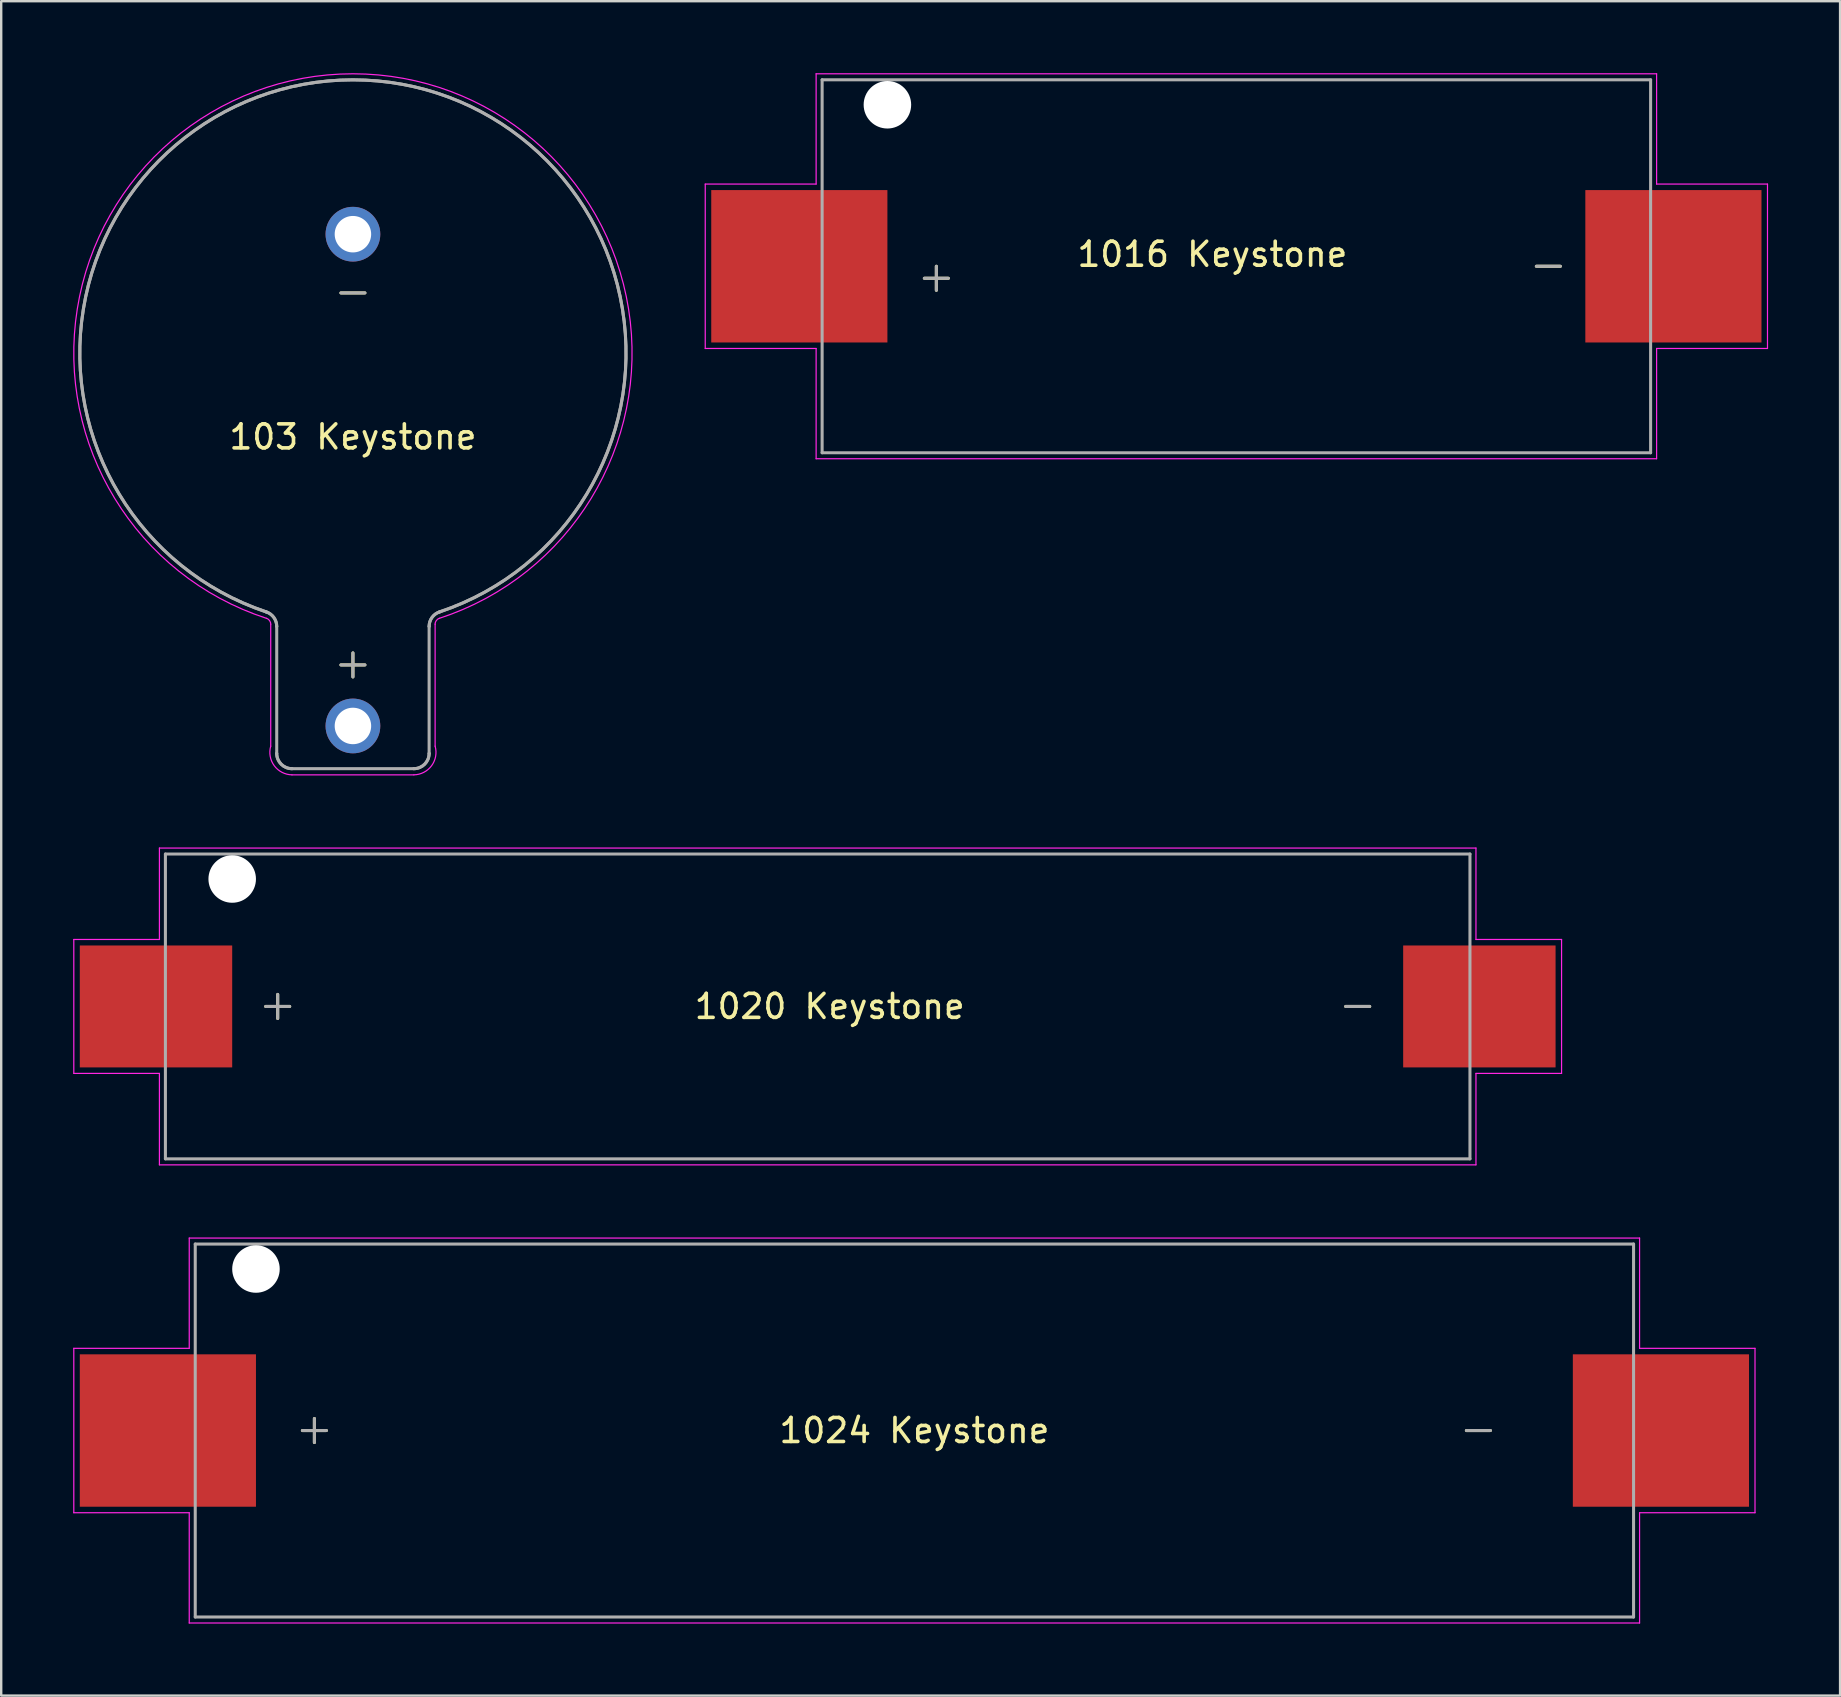
<source format=kicad_pcb>
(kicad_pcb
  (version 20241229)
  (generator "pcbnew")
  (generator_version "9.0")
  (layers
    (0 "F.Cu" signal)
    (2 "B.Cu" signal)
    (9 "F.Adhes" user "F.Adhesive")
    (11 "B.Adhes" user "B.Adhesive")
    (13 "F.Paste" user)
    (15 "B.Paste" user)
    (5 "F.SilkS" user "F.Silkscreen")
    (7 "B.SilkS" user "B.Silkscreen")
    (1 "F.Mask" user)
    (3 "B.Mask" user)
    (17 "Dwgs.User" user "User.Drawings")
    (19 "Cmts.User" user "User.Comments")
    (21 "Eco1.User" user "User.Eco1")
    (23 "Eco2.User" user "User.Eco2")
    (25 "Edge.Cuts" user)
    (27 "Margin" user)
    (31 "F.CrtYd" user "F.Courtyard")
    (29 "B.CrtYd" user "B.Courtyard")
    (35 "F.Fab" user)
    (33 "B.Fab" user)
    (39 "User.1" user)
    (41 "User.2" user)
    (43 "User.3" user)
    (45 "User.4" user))
  (footprint "1024 Keystone"
    (layer "F.Cu")
    (at 35.05 56.555)
    (property "Reference" "1024 Keystone" (at 0 0 0) (layer "F.SilkS") (effects (font (size 1 1) (thickness 0.15))))
    (attr smd)
    (fp_line (start -25.5 0) (end -24.5 0) (stroke (width 0.127) (type solid)) (layer "F.SilkS"))
    (fp_line (start -25 -0.5) (end -25 0.5) (stroke (width 0.127) (type solid)) (layer "F.SilkS"))
    (fp_line (start 23 0) (end 24 0) (stroke (width 0.127) (type solid)) (layer "F.SilkS"))
    (fp_line (start -35.025 -3.425) (end -35.025 3.425) (stroke (width 0.05) (type solid)) (layer "F.CrtYd"))
    (fp_line (start -35.025 -3.425) (end -30.215 -3.425) (stroke (width 0.05) (type solid)) (layer "F.CrtYd"))
    (fp_line (start -35.025 3.425) (end -30.215 3.425) (stroke (width 0.05) (type solid)) (layer "F.CrtYd"))
    (fp_line (start -30.215 -3.425) (end -30.215 -8.02) (stroke (width 0.05) (type solid)) (layer "F.CrtYd"))
    (fp_line (start -30.215 3.425) (end -30.215 8.02) (stroke (width 0.05) (type solid)) (layer "F.CrtYd"))
    (fp_line (start -30.215 8.02) (end 30.215 8.02) (stroke (width 0.05) (type solid)) (layer "F.CrtYd"))
    (fp_line (start 30.215 -8.02) (end -30.215 -8.02) (stroke (width 0.05) (type solid)) (layer "F.CrtYd"))
    (fp_line (start 30.215 -8.02) (end 30.215 -3.425) (stroke (width 0.05) (type solid)) (layer "F.CrtYd"))
    (fp_line (start 30.215 -3.425) (end 35.025 -3.425) (stroke (width 0.05) (type solid)) (layer "F.CrtYd"))
    (fp_line (start 30.215 3.425) (end 30.215 8.02) (stroke (width 0.05) (type solid)) (layer "F.CrtYd"))
    (fp_line (start 30.215 3.425) (end 35.025 3.425) (stroke (width 0.05) (type solid)) (layer "F.CrtYd"))
    (fp_line (start 35.025 3.425) (end 35.025 -3.425) (stroke (width 0.05) (type solid)) (layer "F.CrtYd"))
    (fp_line (start -29.965 -7.77) (end 29.965 -7.77) (stroke (width 0.127) (type solid)) (layer "F.Fab"))
    (fp_line (start -29.965 7.77) (end -29.965 -7.77) (stroke (width 0.127) (type solid)) (layer "F.Fab"))
    (fp_line (start -25.5 0) (end -24.5 0) (stroke (width 0.127) (type solid)) (layer "F.Fab"))
    (fp_line (start -25 -0.5) (end -25 0.5) (stroke (width 0.127) (type solid)) (layer "F.Fab"))
    (fp_line (start 23 0) (end 24 0) (stroke (width 0.127) (type solid)) (layer "F.Fab"))
    (fp_line (start 29.965 -7.77) (end 29.965 7.77) (stroke (width 0.127) (type solid)) (layer "F.Fab"))
    (fp_line (start 29.965 7.77) (end -29.965 7.77) (stroke (width 0.127) (type solid)) (layer "F.Fab"))
    (pad "" np_thru_hole circle (at -27.435 -6.73) (size 1.98 1.98) (drill 1.98) (layers "*.Cu" "*.Mask"))
    (pad "N" smd rect (at 31.105 0) (size 7.34 6.35) (layers "F.Cu" "F.Mask" "F.Paste"))
    (pad "P" smd rect (at -31.105 0) (size 7.34 6.35) (layers "F.Cu" "F.Mask" "F.Paste")))
  (footprint "103 Keystone"
    (layer "F.Cu")
    (at 11.655 11.655)
    (property "Reference" "103 Keystone" (at 0 3.5 0) (layer "F.SilkS") (effects (font (size 1 1) (thickness 0.15))))
    (attr through_hole)
    (fp_line (start -0.5 -2.5) (end 0.5 -2.5) (stroke (width 0.127) (type solid)) (layer "F.SilkS"))
    (fp_line (start 0 12.5) (end 0 13.5) (stroke (width 0.127) (type solid)) (layer "F.SilkS"))
    (fp_line (start 0.5 13) (end -0.5 13) (stroke (width 0.127) (type solid)) (layer "F.SilkS"))
    (fp_line (start -3.425 11.303) (end -3.425 16.385) (stroke (width 0.05) (type solid)) (layer "F.CrtYd"))
    (fp_line (start -2.54 17.58) (end 2.54 17.58) (stroke (width 0.05) (type solid)) (layer "F.CrtYd"))
    (fp_line (start 3.425 16.385) (end 3.425 11.303) (stroke (width 0.05) (type solid)) (layer "F.CrtYd"))
    (fp_arc (start -3.60307 11.0578) (mid -3.474212 11.151541) (end -3.424999 11.3031) (stroke (width 0.05) (type solid)) (layer "F.CrtYd"))
    (fp_arc (start -3.60307 11.0578) (mid 0 -11.630217) (end 3.60307 11.0578) (stroke (width 0.05) (type solid)) (layer "F.CrtYd"))
    (fp_arc (start -2.54 17.58) (mid -3.277154 17.200717) (end -3.425 16.385) (stroke (width 0.05) (type solid)) (layer "F.CrtYd"))
    (fp_arc (start 3.425 11.3031) (mid 3.474212 11.151541) (end 3.60307 11.0578) (stroke (width 0.05) (type solid)) (layer "F.CrtYd"))
    (fp_arc (start 3.425 16.385) (mid 3.277154 17.200717) (end 2.54 17.58) (stroke (width 0.05) (type solid)) (layer "F.CrtYd"))
    (fp_line (start -3.175 11.394) (end -3.175 16.688) (stroke (width 0.127) (type solid)) (layer "F.Fab"))
    (fp_line (start -2.54 17.323) (end 2.54 17.323) (stroke (width 0.127) (type solid)) (layer "F.Fab"))
    (fp_line (start -0.5 -2.5) (end 0.5 -2.5) (stroke (width 0.127) (type solid)) (layer "F.Fab"))
    (fp_line (start -0.5 13) (end 0.5 13) (stroke (width 0.127) (type solid)) (layer "F.Fab"))
    (fp_line (start 0 12.5) (end 0 13.5) (stroke (width 0.127) (type solid)) (layer "F.Fab"))
    (fp_line (start 3.175 16.688) (end 3.175 11.394) (stroke (width 0.127) (type solid)) (layer "F.Fab"))
    (fp_arc (start -3.60863 10.7919) (mid 0 -11.378113) (end 3.60863 10.7919) (stroke (width 0.127) (type solid)) (layer "F.Fab"))
    (fp_arc (start -3.60863 10.7919) (mid 0 -11.378113) (end 3.60863 10.7919) (stroke (width 0.127) (type solid)) (layer "F.Fab"))
    (fp_arc (start -3.60863 10.791901) (mid -3.294693 11.023065) (end -3.175 11.3941) (stroke (width 0.127) (type solid)) (layer "F.Fab"))
    (fp_arc (start -3.60863 10.791901) (mid -3.294693 11.023065) (end -3.175 11.3941) (stroke (width 0.127) (type solid)) (layer "F.Fab"))
    (fp_arc (start -2.54 17.3228) (mid -2.989013 17.136813) (end -3.175 16.6878) (stroke (width 0.127) (type solid)) (layer "F.Fab"))
    (fp_arc (start -2.54 17.3228) (mid -2.989013 17.136813) (end -3.175 16.6878) (stroke (width 0.127) (type solid)) (layer "F.Fab"))
    (fp_arc (start 3.174999 11.3941) (mid 3.294692 11.023064) (end 3.60863 10.7919) (stroke (width 0.127) (type solid)) (layer "F.Fab"))
    (fp_arc (start 3.174999 11.3941) (mid 3.294692 11.023064) (end 3.60863 10.7919) (stroke (width 0.127) (type solid)) (layer "F.Fab"))
    (fp_arc (start 3.175 16.6878) (mid 2.989013 17.136813) (end 2.54 17.3228) (stroke (width 0.127) (type solid)) (layer "F.Fab"))
    (fp_arc (start 3.175 16.6878) (mid 2.989013 17.136813) (end 2.54 17.3228) (stroke (width 0.127) (type solid)) (layer "F.Fab"))
    (pad "N" thru_hole circle (at 0 -4.947) (size 2.28 2.28) (drill 1.52) (layers "*.Cu" "*.Mask"))
    (pad "P" thru_hole circle (at 0 15.543) (size 2.28 2.28) (drill 1.52) (layers "*.Cu" "*.Mask")))
  (footprint "1020 Keystone"
    (layer "F.Cu")
    (at 31.02 38.885)
    (property "Reference" "1020 Keystone" (at 0.5 0 0) (layer "F.SilkS") (effects (font (size 1 1) (thickness 0.15))))
    (attr smd)
    (fp_line (start -23 0) (end -22 0) (stroke (width 0.127) (type solid)) (layer "F.SilkS"))
    (fp_line (start -22.5 -0.5) (end -22.5 0.5) (stroke (width 0.127) (type solid)) (layer "F.SilkS"))
    (fp_line (start 22 0) (end 23 0) (stroke (width 0.127) (type solid)) (layer "F.SilkS"))
    (fp_line (start -30.995 -2.79) (end -30.995 2.79) (stroke (width 0.05) (type solid)) (layer "F.CrtYd"))
    (fp_line (start -30.995 -2.79) (end -27.428 -2.79) (stroke (width 0.05) (type solid)) (layer "F.CrtYd"))
    (fp_line (start -30.995 2.79) (end -27.428 2.79) (stroke (width 0.05) (type solid)) (layer "F.CrtYd"))
    (fp_line (start -27.428 -2.79) (end -27.428 -6.6) (stroke (width 0.05) (type solid)) (layer "F.CrtYd"))
    (fp_line (start -27.428 2.79) (end -27.428 6.6) (stroke (width 0.05) (type solid)) (layer "F.CrtYd"))
    (fp_line (start -27.428 6.6) (end 27.428 6.6) (stroke (width 0.05) (type solid)) (layer "F.CrtYd"))
    (fp_line (start 27.428 -6.6) (end -27.428 -6.6) (stroke (width 0.05) (type solid)) (layer "F.CrtYd"))
    (fp_line (start 27.428 -6.6) (end 27.428 -2.79) (stroke (width 0.05) (type solid)) (layer "F.CrtYd"))
    (fp_line (start 27.428 -2.79) (end 30.995 -2.79) (stroke (width 0.05) (type solid)) (layer "F.CrtYd"))
    (fp_line (start 27.428 2.79) (end 27.428 6.6) (stroke (width 0.05) (type solid)) (layer "F.CrtYd"))
    (fp_line (start 27.428 2.79) (end 30.995 2.79) (stroke (width 0.05) (type solid)) (layer "F.CrtYd"))
    (fp_line (start 30.995 2.79) (end 30.995 -2.79) (stroke (width 0.05) (type solid)) (layer "F.CrtYd"))
    (fp_line (start -27.178 -6.35) (end 27.178 -6.35) (stroke (width 0.127) (type solid)) (layer "F.Fab"))
    (fp_line (start -27.178 6.35) (end -27.178 -6.35) (stroke (width 0.127) (type solid)) (layer "F.Fab"))
    (fp_line (start -23 0) (end -22 0) (stroke (width 0.127) (type solid)) (layer "F.Fab"))
    (fp_line (start -22.5 -0.5) (end -22.5 0.5) (stroke (width 0.127) (type solid)) (layer "F.Fab"))
    (fp_line (start 22 0) (end 23 0) (stroke (width 0.127) (type solid)) (layer "F.Fab"))
    (fp_line (start 27.178 -6.35) (end 27.178 6.35) (stroke (width 0.127) (type solid)) (layer "F.Fab"))
    (fp_line (start 27.178 6.35) (end -27.178 6.35) (stroke (width 0.127) (type solid)) (layer "F.Fab"))
    (pad "" np_thru_hole circle (at -24.395 -5.31) (size 1.98 1.98) (drill 1.98) (layers "*.Cu" "*.Mask"))
    (pad "N" smd rect (at 27.57 0) (size 6.35 5.08) (layers "F.Cu" "F.Mask" "F.Paste"))
    (pad "P" smd rect (at -27.57 0) (size 6.35 5.08) (layers "F.Cu" "F.Mask" "F.Paste")))
  (footprint "1016 Keystone"
    (layer "F.Cu")
    (at 48.465 8.045)
    (property "Reference" "1016 Keystone" (at -1 -0.5 0) (layer "F.SilkS") (effects (font (size 1 1) (thickness 0.15))))
    (attr smd)
    (fp_line (start -13 0.5) (end -12 0.5) (stroke (width 0.127) (type solid)) (layer "F.SilkS"))
    (fp_line (start -12.5 0) (end -12.5 1) (stroke (width 0.127) (type solid)) (layer "F.SilkS"))
    (fp_line (start 12.5 0) (end 13.5 0) (stroke (width 0.127) (type solid)) (layer "F.SilkS"))
    (fp_line (start -22.13 -3.425) (end -22.13 3.425) (stroke (width 0.05) (type solid)) (layer "F.CrtYd"))
    (fp_line (start -22.13 -3.425) (end -17.51 -3.425) (stroke (width 0.05) (type solid)) (layer "F.CrtYd"))
    (fp_line (start -22.13 3.425) (end -17.51 3.425) (stroke (width 0.05) (type solid)) (layer "F.CrtYd"))
    (fp_line (start -17.51 -3.425) (end -17.51 -8.02) (stroke (width 0.05) (type solid)) (layer "F.CrtYd"))
    (fp_line (start -17.51 3.425) (end -17.51 8.02) (stroke (width 0.05) (type solid)) (layer "F.CrtYd"))
    (fp_line (start -17.51 8.02) (end 17.51 8.02) (stroke (width 0.05) (type solid)) (layer "F.CrtYd"))
    (fp_line (start 17.51 -8.02) (end -17.51 -8.02) (stroke (width 0.05) (type solid)) (layer "F.CrtYd"))
    (fp_line (start 17.51 -8.02) (end 17.51 -3.425) (stroke (width 0.05) (type solid)) (layer "F.CrtYd"))
    (fp_line (start 17.51 -3.425) (end 22.13 -3.425) (stroke (width 0.05) (type solid)) (layer "F.CrtYd"))
    (fp_line (start 17.51 3.425) (end 17.51 8.02) (stroke (width 0.05) (type solid)) (layer "F.CrtYd"))
    (fp_line (start 22.13 3.425) (end 17.51 3.425) (stroke (width 0.05) (type solid)) (layer "F.CrtYd"))
    (fp_line (start 22.13 3.425) (end 22.13 -3.425) (stroke (width 0.05) (type solid)) (layer "F.CrtYd"))
    (fp_line (start -17.26 -7.77) (end 17.26 -7.77) (stroke (width 0.127) (type solid)) (layer "F.Fab"))
    (fp_line (start -17.26 7.77) (end -17.26 -7.77) (stroke (width 0.127) (type solid)) (layer "F.Fab"))
    (fp_line (start -13 0.5) (end -12 0.5) (stroke (width 0.127) (type solid)) (layer "F.Fab"))
    (fp_line (start -12.5 0) (end -12.5 1) (stroke (width 0.127) (type solid)) (layer "F.Fab"))
    (fp_line (start 12.5 0) (end 13.5 0) (stroke (width 0.127) (type solid)) (layer "F.Fab"))
    (fp_line (start 17.26 -7.77) (end 17.26 7.77) (stroke (width 0.127) (type solid)) (layer "F.Fab"))
    (fp_line (start 17.26 7.77) (end -17.26 7.77) (stroke (width 0.127) (type solid)) (layer "F.Fab"))
    (pad "" np_thru_hole circle (at -14.54 -6.73) (size 1.98 1.98) (drill 1.98) (layers "*.Cu" "*.Mask"))
    (pad "N" smd rect (at 18.21 0) (size 7.34 6.35) (layers "F.Cu" "F.Mask" "F.Paste"))
    (pad "P" smd rect (at -18.21 0) (size 7.34 6.35) (layers "F.Cu" "F.Mask" "F.Paste")))
  (gr_rect
    (start -3 -3)
    (end 73.62 67.6)
    (stroke (width 0.1) (type default))
    (fill no)
    (layer "Edge.Cuts")))
</source>
